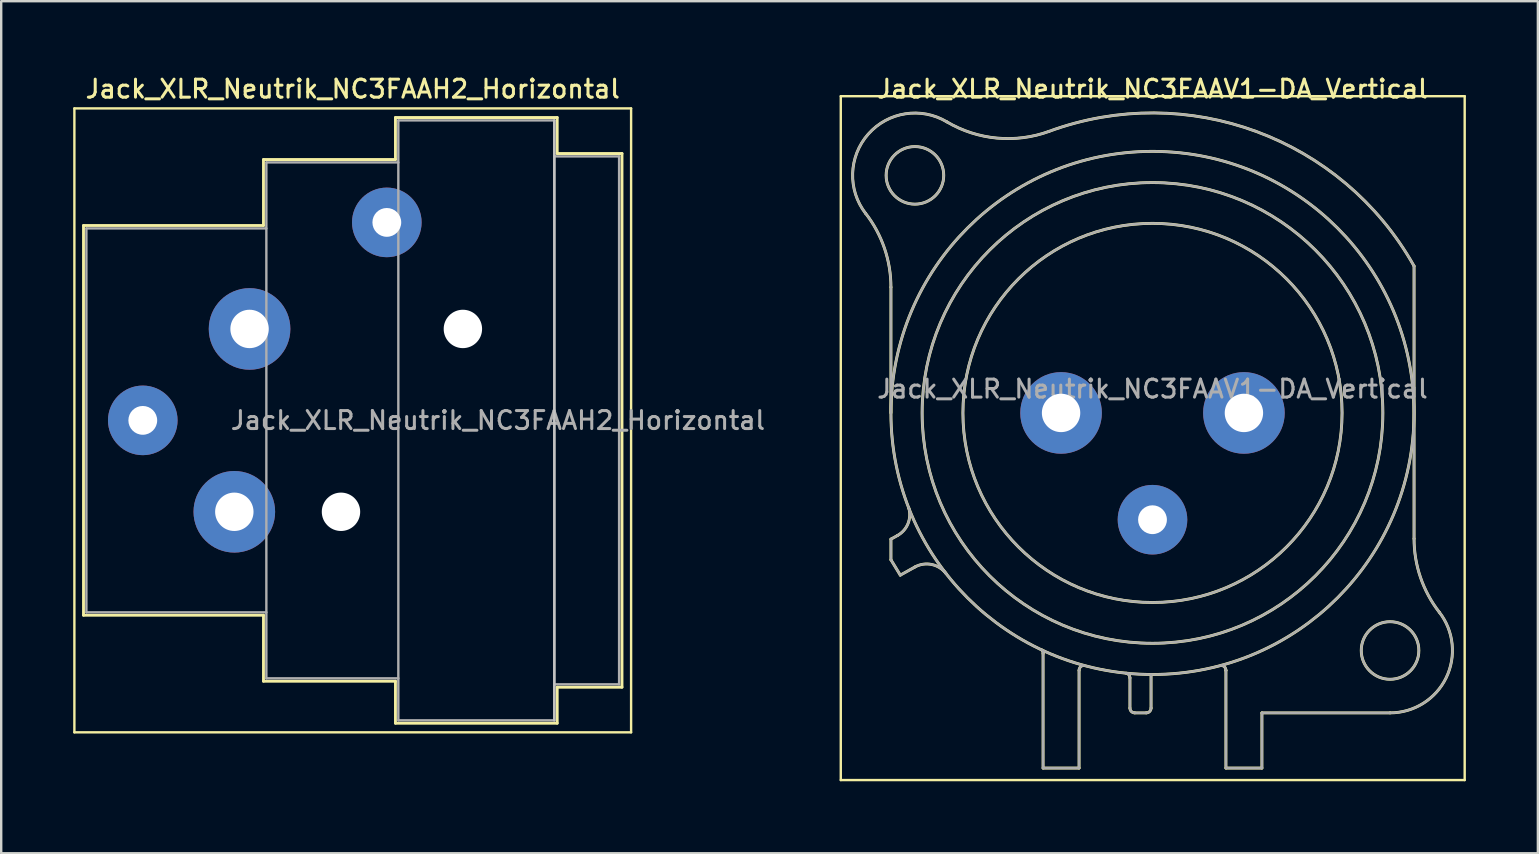
<source format=kicad_pcb>
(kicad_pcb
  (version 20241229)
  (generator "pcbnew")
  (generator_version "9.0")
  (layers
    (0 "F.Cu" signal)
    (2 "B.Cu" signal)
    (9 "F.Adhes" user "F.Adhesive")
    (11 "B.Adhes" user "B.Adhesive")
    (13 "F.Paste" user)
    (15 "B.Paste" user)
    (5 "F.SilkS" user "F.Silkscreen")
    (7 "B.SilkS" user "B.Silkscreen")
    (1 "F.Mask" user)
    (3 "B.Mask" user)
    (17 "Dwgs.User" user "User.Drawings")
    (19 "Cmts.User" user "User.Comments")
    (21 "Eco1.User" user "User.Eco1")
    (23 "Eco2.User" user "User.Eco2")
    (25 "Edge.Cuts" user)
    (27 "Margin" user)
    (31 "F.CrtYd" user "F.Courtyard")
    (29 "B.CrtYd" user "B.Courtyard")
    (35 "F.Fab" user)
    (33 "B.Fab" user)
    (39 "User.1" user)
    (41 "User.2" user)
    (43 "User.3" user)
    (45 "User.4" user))
  (footprint "Jack_XLR_Neutrik_NC3FAAV1-DA_Vertical"
    (layer "F.Cu")
    (at 48.788 14.158)
    (property "Reference" "Jack_XLR_Neutrik_NC3FAAV1-DA_Vertical" (at -3.81 -13.5 0) (layer "F.SilkS") (effects (font (size 0.75 0.75) (thickness 0.125))))
    (attr through_hole)
    (fp_line (start -16.8 -13.2) (end 9.2 -13.2) (stroke (width 0.1) (type solid)) (layer "F.SilkS"))
    (fp_line (start -16.8 15.3) (end -16.8 -13.2) (stroke (width 0.1) (type solid)) (layer "F.SilkS"))
    (fp_line (start -14.71 0) (end -14.71 -5.24) (stroke (width 0.12) (type solid)) (layer "F.SilkS"))
    (fp_line (start -14.71 5.26) (end -14.44 5.11) (stroke (width 0.12) (type solid)) (layer "F.SilkS"))
    (fp_line (start -14.71 6.12) (end -14.71 5.26) (stroke (width 0.12) (type solid)) (layer "F.SilkS"))
    (fp_line (start -14.32 6.76) (end -14.71 6.12) (stroke (width 0.12) (type solid)) (layer "F.SilkS"))
    (fp_line (start -13.71 6.42) (end -14.32 6.76) (stroke (width 0.12) (type solid)) (layer "F.SilkS"))
    (fp_line (start -8.37 10.03) (end -8.37 14.8) (stroke (width 0.12) (type solid)) (layer "F.SilkS"))
    (fp_line (start -6.87 14.8) (end -8.37 14.8) (stroke (width 0.12) (type solid)) (layer "F.SilkS"))
    (fp_line (start -6.87 14.8) (end -6.87 10.73) (stroke (width 0.12) (type solid)) (layer "F.SilkS"))
    (fp_line (start -4.75 11.04) (end -4.75 12.3) (stroke (width 0.12) (type solid)) (layer "F.SilkS"))
    (fp_line (start -4.07 12.5) (end -4.55 12.5) (stroke (width 0.12) (type solid)) (layer "F.SilkS"))
    (fp_line (start -3.87 10.9) (end -3.87 12.3) (stroke (width 0.12) (type solid)) (layer "F.SilkS"))
    (fp_line (start -0.75 10.73) (end -0.75 10.73) (stroke (width 0.12) (type solid)) (layer "F.SilkS"))
    (fp_line (start -0.75 14.8) (end -0.75 10.73) (stroke (width 0.12) (type solid)) (layer "F.SilkS"))
    (fp_line (start 0.75 12.5) (end 6.09 12.5) (stroke (width 0.12) (type solid)) (layer "F.SilkS"))
    (fp_line (start 0.75 14.8) (end -0.75 14.8) (stroke (width 0.12) (type solid)) (layer "F.SilkS"))
    (fp_line (start 0.75 14.8) (end 0.75 12.5) (stroke (width 0.12) (type solid)) (layer "F.SilkS"))
    (fp_line (start 7.09 5.24) (end 7.09 -6.12) (stroke (width 0.12) (type solid)) (layer "F.SilkS"))
    (fp_line (start 9.2 -13.2) (end 9.2 15.3) (stroke (width 0.1) (type solid)) (layer "F.SilkS"))
    (fp_line (start 9.2 15.3) (end -16.8 15.3) (stroke (width 0.1) (type solid)) (layer "F.SilkS"))
    (fp_arc (start -15.766689 -8.317569) (mid -14.98153 -6.866962) (end -14.71 -5.24) (stroke (width 0.12) (type solid)) (layer "F.SilkS"))
    (fp_arc (start -15.761979 -8.309032) (mid -15.65429 -11.620911) (end -12.38 -12.13) (stroke (width 0.12) (type solid)) (layer "F.SilkS"))
    (fp_arc (start -13.969214 3.951372) (mid -13.999461 4.614043) (end -14.44 5.11) (stroke (width 0.12) (type solid)) (layer "F.SilkS"))
    (fp_arc (start -13.71 6.42) (mid -13.01025 6.315915) (end -12.412202 6.693832) (stroke (width 0.12) (type solid)) (layer "F.SilkS"))
    (fp_arc (start -8.436364 9.870864) (mid -8.385177 9.942924) (end -8.37 10.03) (stroke (width 0.12) (type solid)) (layer "F.SilkS"))
    (fp_arc (start -8.12905 -11.730738) (mid 0.51404 -11.7289) (end 7.09 -6.12) (stroke (width 0.12) (type solid)) (layer "F.SilkS"))
    (fp_arc (start -8.118081 -11.733841) (mid -10.293498 -11.453642) (end -12.38 -12.13) (stroke (width 0.12) (type solid)) (layer "F.SilkS"))
    (fp_arc (start -6.87 10.73) (mid -6.814828 10.588126) (end -6.678303 10.520799) (stroke (width 0.12) (type solid)) (layer "F.SilkS"))
    (fp_arc (start -4.908418 10.84437) (mid -4.794571 10.914136) (end -4.75 11.04) (stroke (width 0.12) (type solid)) (layer "F.SilkS"))
    (fp_arc (start -4.55 12.5) (mid -4.691421 12.441421) (end -4.75 12.3) (stroke (width 0.12) (type solid)) (layer "F.SilkS"))
    (fp_arc (start -3.87 12.3) (mid -3.928579 12.441421) (end -4.07 12.5) (stroke (width 0.12) (type solid)) (layer "F.SilkS"))
    (fp_arc (start -0.949009 10.520288) (mid -0.807671 10.585446) (end -0.75 10.73) (stroke (width 0.12) (type solid)) (layer "F.SilkS"))
    (fp_arc (start 8.141619 8.302858) (mid 8.42587 11.041804) (end 6.09 12.5) (stroke (width 0.12) (type solid)) (layer "F.SilkS"))
    (fp_arc (start 8.14247 8.305283) (mid 7.360446 6.860467) (end 7.09 5.24) (stroke (width 0.12) (type solid)) (layer "F.SilkS"))
    (fp_circle (center -13.71 -9.9) (end -12.51 -9.9) (stroke (width 0.12) (type solid)) (fill no) (layer "F.SilkS"))
    (fp_circle (center -3.81 0) (end 4.09 0) (stroke (width 0.12) (type solid)) (fill no) (layer "F.SilkS"))
    (fp_circle (center -3.81 0) (end 5.79 0) (stroke (width 0.12) (type solid)) (fill no) (layer "F.SilkS"))
    (fp_circle (center -3.81 0) (end 7.09 0) (stroke (width 0.12) (type solid)) (fill no) (layer "F.SilkS"))
    (fp_circle (center 6.09 9.9) (end 7.29 9.9) (stroke (width 0.12) (type solid)) (fill no) (layer "F.SilkS"))
    (fp_line (start -14.71 0) (end -14.71 -5.24) (stroke (width 0.1) (type solid)) (layer "F.Fab"))
    (fp_line (start -14.71 5.26) (end -14.44 5.11) (stroke (width 0.1) (type solid)) (layer "F.Fab"))
    (fp_line (start -14.71 6.12) (end -14.71 5.26) (stroke (width 0.1) (type solid)) (layer "F.Fab"))
    (fp_line (start -14.32 6.76) (end -14.71 6.12) (stroke (width 0.1) (type solid)) (layer "F.Fab"))
    (fp_line (start -13.71 6.42) (end -14.32 6.76) (stroke (width 0.1) (type solid)) (layer "F.Fab"))
    (fp_line (start -8.37 10.03) (end -8.37 14.8) (stroke (width 0.1) (type solid)) (layer "F.Fab"))
    (fp_line (start -6.87 14.8) (end -8.37 14.8) (stroke (width 0.1) (type solid)) (layer "F.Fab"))
    (fp_line (start -6.87 14.8) (end -6.87 10.73) (stroke (width 0.1) (type solid)) (layer "F.Fab"))
    (fp_line (start -4.75 11.04) (end -4.75 12.3) (stroke (width 0.1) (type solid)) (layer "F.Fab"))
    (fp_line (start -4.07 12.5) (end -4.55 12.5) (stroke (width 0.1) (type solid)) (layer "F.Fab"))
    (fp_line (start -3.87 10.9) (end -3.87 12.3) (stroke (width 0.1) (type solid)) (layer "F.Fab"))
    (fp_line (start -0.75 10.73) (end -0.75 10.73) (stroke (width 0.1) (type solid)) (layer "F.Fab"))
    (fp_line (start -0.75 14.8) (end -0.75 10.73) (stroke (width 0.1) (type solid)) (layer "F.Fab"))
    (fp_line (start 0.75 12.5) (end 6.09 12.5) (stroke (width 0.1) (type solid)) (layer "F.Fab"))
    (fp_line (start 0.75 14.8) (end -0.75 14.8) (stroke (width 0.1) (type solid)) (layer "F.Fab"))
    (fp_line (start 0.75 14.8) (end 0.75 12.5) (stroke (width 0.1) (type solid)) (layer "F.Fab"))
    (fp_line (start 7.09 5.24) (end 7.09 -6.12) (stroke (width 0.1) (type solid)) (layer "F.Fab"))
    (fp_arc (start -15.766689 -8.317569) (mid -14.98153 -6.866962) (end -14.71 -5.24) (stroke (width 0.1) (type solid)) (layer "F.Fab"))
    (fp_arc (start -15.761979 -8.309032) (mid -15.65429 -11.620911) (end -12.38 -12.13) (stroke (width 0.1) (type solid)) (layer "F.Fab"))
    (fp_arc (start -13.969214 3.951372) (mid -13.999461 4.614043) (end -14.44 5.11) (stroke (width 0.1) (type solid)) (layer "F.Fab"))
    (fp_arc (start -13.71 6.42) (mid -13.01025 6.315915) (end -12.412202 6.693832) (stroke (width 0.1) (type solid)) (layer "F.Fab"))
    (fp_arc (start -8.436364 9.870864) (mid -8.385177 9.942924) (end -8.37 10.03) (stroke (width 0.1) (type solid)) (layer "F.Fab"))
    (fp_arc (start -8.12905 -11.730738) (mid 0.51404 -11.7289) (end 7.09 -6.12) (stroke (width 0.1) (type solid)) (layer "F.Fab"))
    (fp_arc (start -8.118081 -11.733841) (mid -10.293498 -11.453642) (end -12.38 -12.13) (stroke (width 0.1) (type solid)) (layer "F.Fab"))
    (fp_arc (start -6.87 10.73) (mid -6.814828 10.588126) (end -6.678303 10.520799) (stroke (width 0.1) (type solid)) (layer "F.Fab"))
    (fp_arc (start -4.908418 10.84437) (mid -4.794571 10.914136) (end -4.75 11.04) (stroke (width 0.1) (type solid)) (layer "F.Fab"))
    (fp_arc (start -4.55 12.5) (mid -4.691421 12.441421) (end -4.75 12.3) (stroke (width 0.1) (type solid)) (layer "F.Fab"))
    (fp_arc (start -3.87 12.3) (mid -3.928579 12.441421) (end -4.07 12.5) (stroke (width 0.1) (type solid)) (layer "F.Fab"))
    (fp_arc (start -0.949009 10.520288) (mid -0.807671 10.585446) (end -0.75 10.73) (stroke (width 0.1) (type solid)) (layer "F.Fab"))
    (fp_arc (start 8.141619 8.302858) (mid 8.42587 11.041804) (end 6.09 12.5) (stroke (width 0.1) (type solid)) (layer "F.Fab"))
    (fp_arc (start 8.14247 8.305283) (mid 7.360446 6.860467) (end 7.09 5.24) (stroke (width 0.1) (type solid)) (layer "F.Fab"))
    (fp_circle (center -13.71 -9.9) (end -12.51 -9.9) (stroke (width 0.1) (type solid)) (fill no) (layer "F.Fab"))
    (fp_circle (center -3.81 0) (end 4.09 0) (stroke (width 0.1) (type solid)) (fill no) (layer "F.Fab"))
    (fp_circle (center -3.81 0) (end 5.79 0) (stroke (width 0.1) (type solid)) (fill no) (layer "F.Fab"))
    (fp_circle (center -3.81 0) (end 7.09 0) (stroke (width 0.1) (type solid)) (fill no) (layer "F.Fab"))
    (fp_circle (center 6.09 9.9) (end 7.29 9.9) (stroke (width 0.1) (type solid)) (fill no) (layer "F.Fab"))
    (fp_text user "${REFERENCE}" (at -3.81 -1 0) (layer "F.Fab") (effects (font (size 0.75 0.75) (thickness 0.125))))
    (pad "1" thru_hole circle (at 0 0) (size 3.4 3.4) (drill 1.6) (layers "*.Cu" "*.Mask"))
    (pad "2" thru_hole circle (at -7.62 0) (size 3.4 3.4) (drill 1.6) (layers "*.Cu" "*.Mask"))
    (pad "3" thru_hole circle (at -3.81 4.45) (size 2.9 2.9) (drill 1.2) (layers "*.Cu" "*.Mask")))
  (footprint "Jack_XLR_Neutrik_NC3FAAH2_Horizontal"
    (layer "F.Cu")
    (at 7.35 10.658)
    (property "Reference" "Jack_XLR_Neutrik_NC3FAAH2_Horizontal" (at 4.3 -10 0) (layer "F.SilkS") (effects (font (size 0.75 0.75) (thickness 0.125))))
    (attr through_hole)
    (fp_line (start -7.3 -9.19) (end -7.3 16.81) (stroke (width 0.1) (type solid)) (layer "F.SilkS"))
    (fp_line (start -6.92 -4.31) (end -6.92 11.93) (stroke (width 0.12) (type solid)) (layer "F.SilkS"))
    (fp_line (start 0.58 -7.06) (end 0.58 -4.31) (stroke (width 0.12) (type solid)) (layer "F.SilkS"))
    (fp_line (start 0.58 -4.31) (end -6.92 -4.31) (stroke (width 0.12) (type solid)) (layer "F.SilkS"))
    (fp_line (start 0.58 11.93) (end -6.92 11.93) (stroke (width 0.12) (type solid)) (layer "F.SilkS"))
    (fp_line (start 0.58 11.93) (end 0.58 14.68) (stroke (width 0.12) (type solid)) (layer "F.SilkS"))
    (fp_line (start 6.08 -7.06) (end 0.58 -7.06) (stroke (width 0.12) (type solid)) (layer "F.SilkS"))
    (fp_line (start 6.08 -7.06) (end 6.08 -8.81) (stroke (width 0.12) (type solid)) (layer "F.SilkS"))
    (fp_line (start 6.08 14.68) (end 0.58 14.68) (stroke (width 0.12) (type solid)) (layer "F.SilkS"))
    (fp_line (start 6.08 16.43) (end 6.08 14.68) (stroke (width 0.12) (type solid)) (layer "F.SilkS"))
    (fp_line (start 12.82 -8.81) (end 6.08 -8.81) (stroke (width 0.12) (type solid)) (layer "F.SilkS"))
    (fp_line (start 12.82 -8.81) (end 12.82 -7.31) (stroke (width 0.12) (type solid)) (layer "F.SilkS"))
    (fp_line (start 12.82 -7.31) (end 15.52 -7.31) (stroke (width 0.12) (type solid)) (layer "F.SilkS"))
    (fp_line (start 12.82 14.93) (end 12.82 16.43) (stroke (width 0.12) (type solid)) (layer "F.SilkS"))
    (fp_line (start 12.82 14.93) (end 15.52 14.93) (stroke (width 0.12) (type solid)) (layer "F.SilkS"))
    (fp_line (start 12.82 16.43) (end 6.08 16.43) (stroke (width 0.12) (type solid)) (layer "F.SilkS"))
    (fp_line (start 15.52 -7.31) (end 15.52 14.93) (stroke (width 0.12) (type solid)) (layer "F.SilkS"))
    (fp_line (start 15.9 -9.19) (end -7.3 -9.19) (stroke (width 0.1) (type solid)) (layer "F.SilkS"))
    (fp_line (start 15.9 -9.19) (end 15.9 16.81) (stroke (width 0.1) (type solid)) (layer "F.SilkS"))
    (fp_line (start 15.9 16.81) (end -7.3 16.81) (stroke (width 0.1) (type solid)) (layer "F.SilkS"))
    (fp_line (start 12.7 -8.69) (end 12.7 16.31) (stroke (width 0.1) (type solid)) (layer "Dwgs.User"))
    (fp_line (start -6.8 -4.19) (end -6.8 11.81) (stroke (width 0.1) (type solid)) (layer "F.Fab"))
    (fp_line (start -6.8 11.81) (end 0.7 11.81) (stroke (width 0.1) (type solid)) (layer "F.Fab"))
    (fp_line (start 0.7 -6.94) (end 0.7 14.56) (stroke (width 0.1) (type solid)) (layer "F.Fab"))
    (fp_line (start 0.7 -4.19) (end -6.8 -4.19) (stroke (width 0.1) (type solid)) (layer "F.Fab"))
    (fp_line (start 0.7 14.56) (end 6.2 14.56) (stroke (width 0.1) (type solid)) (layer "F.Fab"))
    (fp_line (start 6.2 -8.69) (end 12.7 -8.69) (stroke (width 0.1) (type solid)) (layer "F.Fab"))
    (fp_line (start 6.2 -6.94) (end 0.7 -6.94) (stroke (width 0.1) (type solid)) (layer "F.Fab"))
    (fp_line (start 6.2 16.31) (end 6.2 -8.69) (stroke (width 0.1) (type solid)) (layer "F.Fab"))
    (fp_line (start 12.7 -8.69) (end 12.7 16.31) (stroke (width 0.1) (type solid)) (layer "F.Fab"))
    (fp_line (start 12.7 -7.19) (end 15.4 -7.19) (stroke (width 0.1) (type solid)) (layer "F.Fab"))
    (fp_line (start 12.7 16.31) (end 6.2 16.31) (stroke (width 0.1) (type solid)) (layer "F.Fab"))
    (fp_line (start 15.4 -7.19) (end 15.4 14.81) (stroke (width 0.1) (type solid)) (layer "F.Fab"))
    (fp_line (start 15.4 14.81) (end 12.7 14.81) (stroke (width 0.1) (type solid)) (layer "F.Fab"))
    (fp_text user "${REFERENCE}" (at 10.35 3.81 0) (layer "F.Fab") (effects (font (size 0.75 0.75) (thickness 0.125))))
    (pad "" np_thru_hole circle (at 3.81 7.62) (size 1.6 1.6) (drill 1.6) (layers "*.Cu" "*.Mask"))
    (pad "" np_thru_hole circle (at 8.89 0) (size 1.6 1.6) (drill 1.6) (layers "*.Cu" "*.Mask"))
    (pad "1" thru_hole circle (at 0 0) (size 3.4 3.4) (drill 1.6) (layers "*.Cu" "*.Mask"))
    (pad "2" thru_hole circle (at -0.635 7.62) (size 3.4 3.4) (drill 1.6) (layers "*.Cu" "*.Mask"))
    (pad "3" thru_hole circle (at -4.45 3.81) (size 2.9 2.9) (drill 1.2) (layers "*.Cu" "*.Mask"))
    (pad "G" thru_hole circle (at 5.72 -4.44) (size 2.9 2.9) (drill 1.2) (layers "*.Cu" "*.Mask")))
  (gr_rect
    (start -3 -3)
    (end 61.038 32.508)
    (stroke (width 0.1) (type default))
    (fill no)
    (layer "Edge.Cuts")))
</source>
